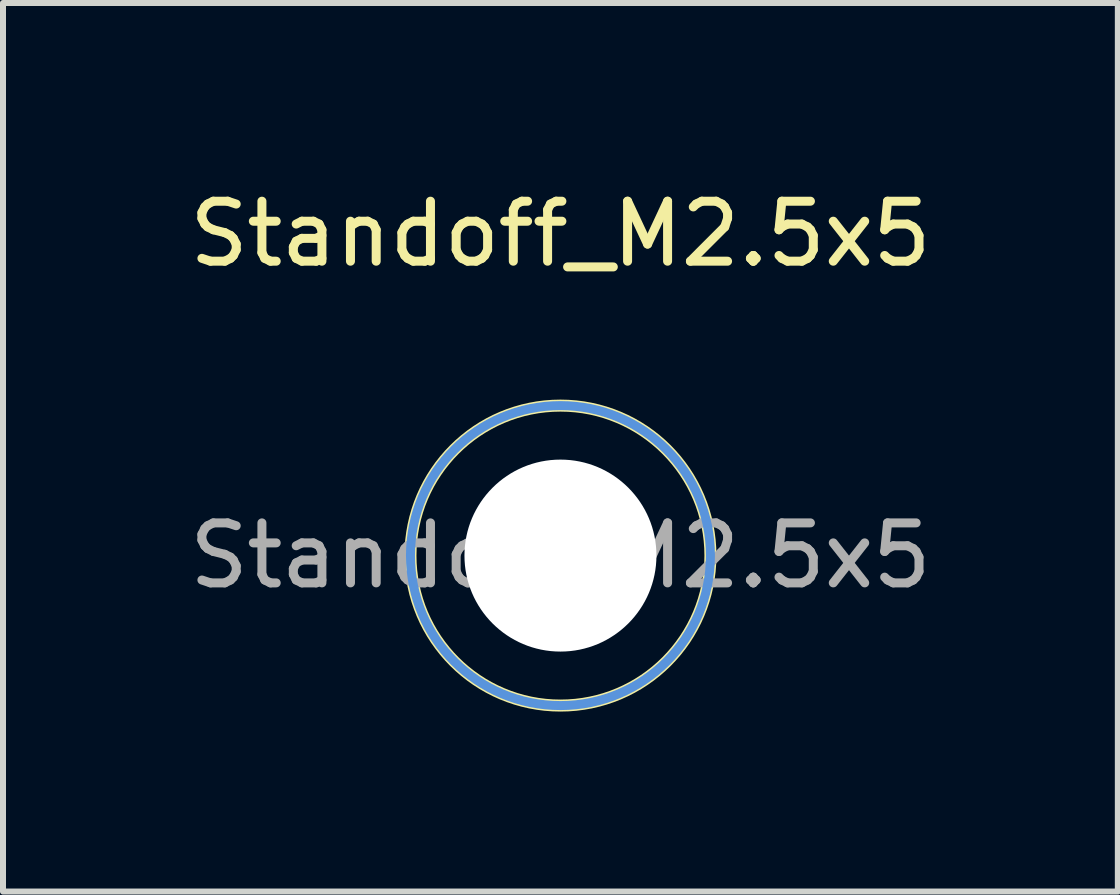
<source format=kicad_pcb>
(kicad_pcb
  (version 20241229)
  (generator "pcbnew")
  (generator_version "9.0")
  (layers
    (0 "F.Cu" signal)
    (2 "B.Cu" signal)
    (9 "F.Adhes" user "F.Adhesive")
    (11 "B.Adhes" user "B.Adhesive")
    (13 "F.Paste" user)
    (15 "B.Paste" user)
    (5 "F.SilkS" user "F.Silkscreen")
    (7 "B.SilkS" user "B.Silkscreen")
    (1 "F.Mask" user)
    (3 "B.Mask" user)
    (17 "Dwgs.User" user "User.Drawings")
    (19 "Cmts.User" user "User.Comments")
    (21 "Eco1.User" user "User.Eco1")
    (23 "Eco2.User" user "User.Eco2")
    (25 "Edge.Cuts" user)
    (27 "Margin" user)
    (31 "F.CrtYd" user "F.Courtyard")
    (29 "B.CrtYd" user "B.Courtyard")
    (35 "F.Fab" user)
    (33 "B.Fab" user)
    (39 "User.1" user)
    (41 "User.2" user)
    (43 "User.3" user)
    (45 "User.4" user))
  (footprint "Standoff_M2.5x5"
    (layer "F.Cu")
    (at 6.292 6.211)
    (property "Reference" "Standoff_M2.5x5" (at 0 -5.362 0) (layer "F.SilkS") (effects (font (size 1 1) (thickness 0.15))))
    (attr exclude_from_pos_files exclude_from_bom)
    (fp_circle (center 0 0) (end 2.5 0) (stroke (width 0.2) (type solid)) (fill no) (layer "F.SilkS"))
    (fp_circle (center 0 0) (end 2.5 0) (stroke (width 0.15) (type solid)) (fill no) (layer "Cmts.User"))
    (fp_circle (center 0 0) (end 2.5 0) (stroke (width 0.05) (type solid)) (fill no) (layer "F.CrtYd"))
    (fp_text user "${REFERENCE}" (at 0 0 0) (layer "F.Fab") (effects (font (size 1 1) (thickness 0.15))))
    (pad "" np_thru_hole circle (at 0 0) (size 3.2 3.2) (drill 3.2) (layers "*.Cu" "*.Mask")))
  (gr_rect
    (start -3 -3)
    (end 15.583 11.811)
    (stroke (width 0.1) (type default))
    (fill no)
    (layer "Edge.Cuts")))
</source>
